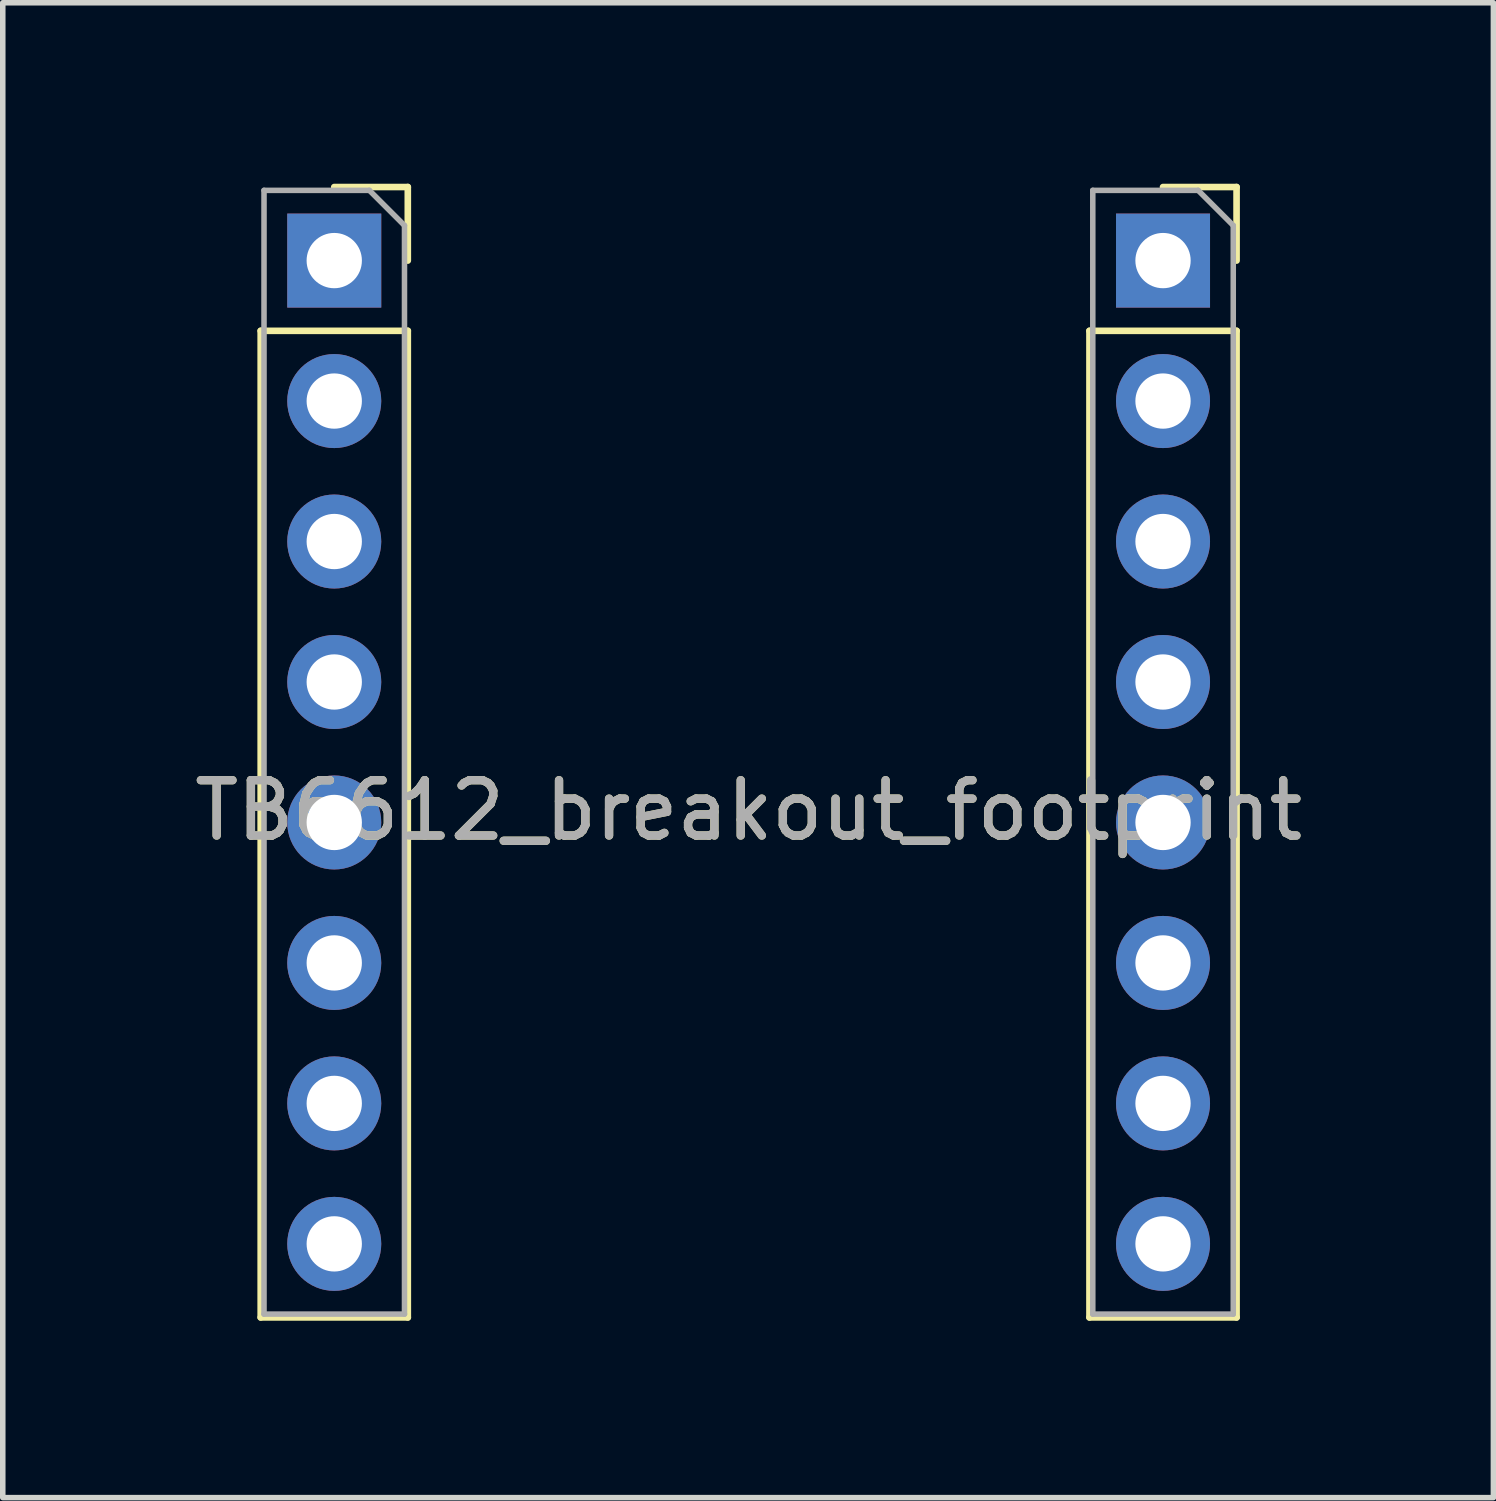
<source format=kicad_pcb>
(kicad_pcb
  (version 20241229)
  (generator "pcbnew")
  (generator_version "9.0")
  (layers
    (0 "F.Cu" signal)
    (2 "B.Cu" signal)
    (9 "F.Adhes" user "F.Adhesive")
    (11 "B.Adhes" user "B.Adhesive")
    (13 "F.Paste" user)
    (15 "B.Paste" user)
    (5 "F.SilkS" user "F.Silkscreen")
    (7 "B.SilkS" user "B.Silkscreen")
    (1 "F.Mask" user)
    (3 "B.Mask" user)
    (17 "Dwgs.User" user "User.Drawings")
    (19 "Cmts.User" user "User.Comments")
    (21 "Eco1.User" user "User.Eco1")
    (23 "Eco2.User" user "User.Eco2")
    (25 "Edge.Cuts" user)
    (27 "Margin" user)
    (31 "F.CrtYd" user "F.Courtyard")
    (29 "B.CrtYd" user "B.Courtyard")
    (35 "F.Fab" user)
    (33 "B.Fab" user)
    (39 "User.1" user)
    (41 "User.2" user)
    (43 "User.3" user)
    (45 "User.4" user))
  (footprint "TB6612_breakout_footprint"
    (layer "F.Cu")
    (at 10.487 10.603)
    (property "Reference" "TB6612_breakout_footprint" (at 0 1 0) (layer "F.SilkS") (effects (font (size 1 1) (thickness 0.15))))
    (attr smd)
    (fp_line (start -8.823 -7.671) (end -8.823 10.169) (stroke (width 0.12) (type solid)) (layer "F.SilkS"))
    (fp_line (start -8.823 -7.671) (end -6.163 -7.671) (stroke (width 0.12) (type solid)) (layer "F.SilkS"))
    (fp_line (start -8.823 10.169) (end -6.163 10.169) (stroke (width 0.12) (type solid)) (layer "F.SilkS"))
    (fp_line (start -7.493 -10.271) (end -6.163 -10.271) (stroke (width 0.12) (type solid)) (layer "F.SilkS"))
    (fp_line (start -6.163 -10.271) (end -6.163 -8.941) (stroke (width 0.12) (type solid)) (layer "F.SilkS"))
    (fp_line (start -6.163 -7.671) (end -6.163 10.169) (stroke (width 0.12) (type solid)) (layer "F.SilkS"))
    (fp_line (start 6.163 -7.671) (end 6.163 10.169) (stroke (width 0.12) (type solid)) (layer "F.SilkS"))
    (fp_line (start 6.163 -7.671) (end 8.823 -7.671) (stroke (width 0.12) (type solid)) (layer "F.SilkS"))
    (fp_line (start 6.163 10.169) (end 8.823 10.169) (stroke (width 0.12) (type solid)) (layer "F.SilkS"))
    (fp_line (start 7.493 -10.271) (end 8.823 -10.271) (stroke (width 0.12) (type solid)) (layer "F.SilkS"))
    (fp_line (start 8.823 -10.271) (end 8.823 -8.941) (stroke (width 0.12) (type solid)) (layer "F.SilkS"))
    (fp_line (start 8.823 -7.671) (end 8.823 10.169) (stroke (width 0.12) (type solid)) (layer "F.SilkS"))
    (fp_line (start -8.763 -10.211) (end -6.858 -10.211) (stroke (width 0.1) (type solid)) (layer "F.Fab"))
    (fp_line (start -8.763 10.109) (end -8.763 -10.211) (stroke (width 0.1) (type solid)) (layer "F.Fab"))
    (fp_line (start -6.858 -10.211) (end -6.223 -9.576) (stroke (width 0.1) (type solid)) (layer "F.Fab"))
    (fp_line (start -6.223 -9.576) (end -6.223 10.109) (stroke (width 0.1) (type solid)) (layer "F.Fab"))
    (fp_line (start -6.223 10.109) (end -8.763 10.109) (stroke (width 0.1) (type solid)) (layer "F.Fab"))
    (fp_line (start 6.223 -10.211) (end 8.128 -10.211) (stroke (width 0.1) (type solid)) (layer "F.Fab"))
    (fp_line (start 6.223 10.109) (end 6.223 -10.211) (stroke (width 0.1) (type solid)) (layer "F.Fab"))
    (fp_line (start 8.128 -10.211) (end 8.763 -9.576) (stroke (width 0.1) (type solid)) (layer "F.Fab"))
    (fp_line (start 8.763 -9.576) (end 8.763 10.109) (stroke (width 0.1) (type solid)) (layer "F.Fab"))
    (fp_line (start 8.763 10.109) (end 6.223 10.109) (stroke (width 0.1) (type solid)) (layer "F.Fab"))
    (fp_line (start -10.462 -10.578) (end -10.462 10.403) (stroke (width 0.05) (type solid)) (layer "User.1"))
    (fp_line (start -10.462 10.403) (end 10.443 10.403) (stroke (width 0.05) (type solid)) (layer "User.1"))
    (fp_line (start -8.493 -8.012) (end -6.512 -8.012) (stroke (width 0.05) (type solid)) (layer "User.1"))
    (fp_line (start -8.493 -5.472) (end -6.512 -5.472) (stroke (width 0.05) (type solid)) (layer "User.1"))
    (fp_line (start -8.493 -2.932) (end -6.512 -2.932) (stroke (width 0.05) (type solid)) (layer "User.1"))
    (fp_line (start -8.493 -0.392) (end -6.512 -0.392) (stroke (width 0.05) (type solid)) (layer "User.1"))
    (fp_line (start -8.493 2.148) (end -6.512 2.148) (stroke (width 0.05) (type solid)) (layer "User.1"))
    (fp_line (start -8.493 4.688) (end -6.512 4.688) (stroke (width 0.05) (type solid)) (layer "User.1"))
    (fp_line (start -8.493 7.228) (end -6.512 7.228) (stroke (width 0.05) (type solid)) (layer "User.1"))
    (fp_line (start -8.493 9.768) (end -6.512 9.768) (stroke (width 0.05) (type solid)) (layer "User.1"))
    (fp_line (start -6.512 -9.841) (end -8.493 -9.841) (stroke (width 0.05) (type solid)) (layer "User.1"))
    (fp_line (start -6.512 -7.301) (end -8.493 -7.301) (stroke (width 0.05) (type solid)) (layer "User.1"))
    (fp_line (start -6.512 -4.761) (end -8.493 -4.761) (stroke (width 0.05) (type solid)) (layer "User.1"))
    (fp_line (start -6.512 -2.221) (end -8.493 -2.221) (stroke (width 0.05) (type solid)) (layer "User.1"))
    (fp_line (start -6.512 0.319) (end -8.493 0.319) (stroke (width 0.05) (type solid)) (layer "User.1"))
    (fp_line (start -6.512 2.859) (end -8.493 2.859) (stroke (width 0.05) (type solid)) (layer "User.1"))
    (fp_line (start -6.512 5.399) (end -8.493 5.399) (stroke (width 0.05) (type solid)) (layer "User.1"))
    (fp_line (start -6.512 7.939) (end -8.493 7.939) (stroke (width 0.05) (type solid)) (layer "User.1"))
    (fp_line (start -4.714 -2.526) (end -4.714 -2.221) (stroke (width 0.05) (type solid)) (layer "User.1"))
    (fp_line (start -4.714 -1.865) (end -4.714 -1.561) (stroke (width 0.05) (type solid)) (layer "User.1"))
    (fp_line (start -4.714 -1.205) (end -4.714 -0.9) (stroke (width 0.05) (type solid)) (layer "User.1"))
    (fp_line (start -4.714 -0.545) (end -4.714 -0.24) (stroke (width 0.05) (type solid)) (layer "User.1"))
    (fp_line (start -4.714 0.116) (end -4.714 0.421) (stroke (width 0.05) (type solid)) (layer "User.1"))
    (fp_line (start -4.714 0.776) (end -4.714 1.081) (stroke (width 0.05) (type solid)) (layer "User.1"))
    (fp_line (start -4.714 1.437) (end -4.714 1.741) (stroke (width 0.05) (type solid)) (layer "User.1"))
    (fp_line (start -4.714 2.097) (end -4.714 2.402) (stroke (width 0.05) (type solid)) (layer "User.1"))
    (fp_line (start -4.714 2.757) (end -4.714 3.062) (stroke (width 0.05) (type solid)) (layer "User.1"))
    (fp_line (start -4.714 3.418) (end -4.714 3.723) (stroke (width 0.05) (type solid)) (layer "User.1"))
    (fp_line (start -4.714 4.078) (end -4.714 4.383) (stroke (width 0.05) (type solid)) (layer "User.1"))
    (fp_line (start -4.714 4.739) (end -4.714 5.043) (stroke (width 0.05) (type solid)) (layer "User.1"))
    (fp_line (start -3.952 -2.526) (end -4.714 -2.526) (stroke (width 0.05) (type solid)) (layer "User.1"))
    (fp_line (start -3.952 -2.526) (end -3.952 -2.221) (stroke (width 0.05) (type solid)) (layer "User.1"))
    (fp_line (start -3.952 -2.221) (end -4.714 -2.221) (stroke (width 0.05) (type solid)) (layer "User.1"))
    (fp_line (start -3.952 -1.865) (end -4.714 -1.865) (stroke (width 0.05) (type solid)) (layer "User.1"))
    (fp_line (start -3.952 -1.865) (end -3.952 -1.561) (stroke (width 0.05) (type solid)) (layer "User.1"))
    (fp_line (start -3.952 -1.561) (end -4.714 -1.561) (stroke (width 0.05) (type solid)) (layer "User.1"))
    (fp_line (start -3.952 -1.205) (end -4.714 -1.205) (stroke (width 0.05) (type solid)) (layer "User.1"))
    (fp_line (start -3.952 -1.205) (end -3.952 -0.9) (stroke (width 0.05) (type solid)) (layer "User.1"))
    (fp_line (start -3.952 -0.9) (end -4.714 -0.9) (stroke (width 0.05) (type solid)) (layer "User.1"))
    (fp_line (start -3.952 -0.545) (end -4.714 -0.545) (stroke (width 0.05) (type solid)) (layer "User.1"))
    (fp_line (start -3.952 -0.545) (end -3.952 -0.24) (stroke (width 0.05) (type solid)) (layer "User.1"))
    (fp_line (start -3.952 -0.24) (end -4.714 -0.24) (stroke (width 0.05) (type solid)) (layer "User.1"))
    (fp_line (start -3.952 0.116) (end -4.714 0.116) (stroke (width 0.05) (type solid)) (layer "User.1"))
    (fp_line (start -3.952 0.116) (end -3.952 0.421) (stroke (width 0.05) (type solid)) (layer "User.1"))
    (fp_line (start -3.952 0.421) (end -4.714 0.421) (stroke (width 0.05) (type solid)) (layer "User.1"))
    (fp_line (start -3.952 0.776) (end -4.714 0.776) (stroke (width 0.05) (type solid)) (layer "User.1"))
    (fp_line (start -3.952 0.776) (end -3.952 1.081) (stroke (width 0.05) (type solid)) (layer "User.1"))
    (fp_line (start -3.952 1.081) (end -4.714 1.081) (stroke (width 0.05) (type solid)) (layer "User.1"))
    (fp_line (start -3.952 1.437) (end -4.714 1.437) (stroke (width 0.05) (type solid)) (layer "User.1"))
    (fp_line (start -3.952 1.437) (end -3.952 1.741) (stroke (width 0.05) (type solid)) (layer "User.1"))
    (fp_line (start -3.952 1.741) (end -4.714 1.741) (stroke (width 0.05) (type solid)) (layer "User.1"))
    (fp_line (start -3.952 2.097) (end -4.714 2.097) (stroke (width 0.05) (type solid)) (layer "User.1"))
    (fp_line (start -3.952 2.097) (end -3.952 2.402) (stroke (width 0.05) (type solid)) (layer "User.1"))
    (fp_line (start -3.952 2.402) (end -4.714 2.402) (stroke (width 0.05) (type solid)) (layer "User.1"))
    (fp_line (start -3.952 2.757) (end -4.714 2.757) (stroke (width 0.05) (type solid)) (layer "User.1"))
    (fp_line (start -3.952 2.757) (end -3.952 3.062) (stroke (width 0.05) (type solid)) (layer "User.1"))
    (fp_line (start -3.952 3.062) (end -4.714 3.062) (stroke (width 0.05) (type solid)) (layer "User.1"))
    (fp_line (start -3.952 3.418) (end -4.714 3.418) (stroke (width 0.05) (type solid)) (layer "User.1"))
    (fp_line (start -3.952 3.418) (end -3.952 3.723) (stroke (width 0.05) (type solid)) (layer "User.1"))
    (fp_line (start -3.952 3.723) (end -4.714 3.723) (stroke (width 0.05) (type solid)) (layer "User.1"))
    (fp_line (start -3.952 4.078) (end -4.714 4.078) (stroke (width 0.05) (type solid)) (layer "User.1"))
    (fp_line (start -3.952 4.078) (end -3.952 4.383) (stroke (width 0.05) (type solid)) (layer "User.1"))
    (fp_line (start -3.952 4.383) (end -4.714 4.383) (stroke (width 0.05) (type solid)) (layer "User.1"))
    (fp_line (start -3.952 4.739) (end -4.714 4.739) (stroke (width 0.05) (type solid)) (layer "User.1"))
    (fp_line (start -3.952 4.739) (end -3.952 5.043) (stroke (width 0.05) (type solid)) (layer "User.1"))
    (fp_line (start -3.952 5.043) (end -4.714 5.043) (stroke (width 0.05) (type solid)) (layer "User.1"))
    (fp_line (start -3.75 -2.526) (end -3.75 -2.221) (stroke (width 0.05) (type solid)) (layer "User.1"))
    (fp_line (start -3.75 -1.865) (end -3.75 -1.561) (stroke (width 0.05) (type solid)) (layer "User.1"))
    (fp_line (start -3.75 -1.205) (end -3.75 -0.9) (stroke (width 0.05) (type solid)) (layer "User.1"))
    (fp_line (start -3.75 -0.545) (end -3.75 -0.24) (stroke (width 0.05) (type solid)) (layer "User.1"))
    (fp_line (start -3.75 0.116) (end -3.75 0.421) (stroke (width 0.05) (type solid)) (layer "User.1"))
    (fp_line (start -3.75 0.776) (end -3.75 1.081) (stroke (width 0.05) (type solid)) (layer "User.1"))
    (fp_line (start -3.75 1.437) (end -3.75 1.741) (stroke (width 0.05) (type solid)) (layer "User.1"))
    (fp_line (start -3.75 2.097) (end -3.75 2.402) (stroke (width 0.05) (type solid)) (layer "User.1"))
    (fp_line (start -3.75 2.757) (end -3.75 3.062) (stroke (width 0.05) (type solid)) (layer "User.1"))
    (fp_line (start -3.75 3.418) (end -3.75 3.723) (stroke (width 0.05) (type solid)) (layer "User.1"))
    (fp_line (start -3.75 4.078) (end -3.75 4.383) (stroke (width 0.05) (type solid)) (layer "User.1"))
    (fp_line (start -3.75 4.739) (end -3.75 5.043) (stroke (width 0.05) (type solid)) (layer "User.1"))
    (fp_line (start -3.26 -2.526) (end -3.75 -2.526) (stroke (width 0.05) (type solid)) (layer "User.1"))
    (fp_line (start -3.26 -2.526) (end -3.26 -2.221) (stroke (width 0.05) (type solid)) (layer "User.1"))
    (fp_line (start -3.26 -2.221) (end -3.75 -2.221) (stroke (width 0.05) (type solid)) (layer "User.1"))
    (fp_line (start -3.26 -1.865) (end -3.75 -1.865) (stroke (width 0.05) (type solid)) (layer "User.1"))
    (fp_line (start -3.26 -1.865) (end -3.26 -1.561) (stroke (width 0.05) (type solid)) (layer "User.1"))
    (fp_line (start -3.26 -1.561) (end -3.75 -1.561) (stroke (width 0.05) (type solid)) (layer "User.1"))
    (fp_line (start -3.26 -1.205) (end -3.75 -1.205) (stroke (width 0.05) (type solid)) (layer "User.1"))
    (fp_line (start -3.26 -1.205) (end -3.26 -0.9) (stroke (width 0.05) (type solid)) (layer "User.1"))
    (fp_line (start -3.26 -0.9) (end -3.75 -0.9) (stroke (width 0.05) (type solid)) (layer "User.1"))
    (fp_line (start -3.26 -0.545) (end -3.75 -0.545) (stroke (width 0.05) (type solid)) (layer "User.1"))
    (fp_line (start -3.26 -0.545) (end -3.26 -0.24) (stroke (width 0.05) (type solid)) (layer "User.1"))
    (fp_line (start -3.26 -0.24) (end -3.75 -0.24) (stroke (width 0.05) (type solid)) (layer "User.1"))
    (fp_line (start -3.26 0.116) (end -3.75 0.116) (stroke (width 0.05) (type solid)) (layer "User.1"))
    (fp_line (start -3.26 0.116) (end -3.26 0.421) (stroke (width 0.05) (type solid)) (layer "User.1"))
    (fp_line (start -3.26 0.421) (end -3.75 0.421) (stroke (width 0.05) (type solid)) (layer "User.1"))
    (fp_line (start -3.26 0.776) (end -3.75 0.776) (stroke (width 0.05) (type solid)) (layer "User.1"))
    (fp_line (start -3.26 0.776) (end -3.26 1.081) (stroke (width 0.05) (type solid)) (layer "User.1"))
    (fp_line (start -3.26 1.081) (end -3.75 1.081) (stroke (width 0.05) (type solid)) (layer "User.1"))
    (fp_line (start -3.26 1.437) (end -3.75 1.437) (stroke (width 0.05) (type solid)) (layer "User.1"))
    (fp_line (start -3.26 1.437) (end -3.26 1.741) (stroke (width 0.05) (type solid)) (layer "User.1"))
    (fp_line (start -3.26 1.741) (end -3.75 1.741) (stroke (width 0.05) (type solid)) (layer "User.1"))
    (fp_line (start -3.26 2.097) (end -3.75 2.097) (stroke (width 0.05) (type solid)) (layer "User.1"))
    (fp_line (start -3.26 2.097) (end -3.26 2.402) (stroke (width 0.05) (type solid)) (layer "User.1"))
    (fp_line (start -3.26 2.402) (end -3.75 2.402) (stroke (width 0.05) (type solid)) (layer "User.1"))
    (fp_line (start -3.26 2.757) (end -3.75 2.757) (stroke (width 0.05) (type solid)) (layer "User.1"))
    (fp_line (start -3.26 2.757) (end -3.26 3.062) (stroke (width 0.05) (type solid)) (layer "User.1"))
    (fp_line (start -3.26 3.062) (end -3.75 3.062) (stroke (width 0.05) (type solid)) (layer "User.1"))
    (fp_line (start -3.26 3.418) (end -3.75 3.418) (stroke (width 0.05) (type solid)) (layer "User.1"))
    (fp_line (start -3.26 3.418) (end -3.26 3.723) (stroke (width 0.05) (type solid)) (layer "User.1"))
    (fp_line (start -3.26 3.723) (end -3.75 3.723) (stroke (width 0.05) (type solid)) (layer "User.1"))
    (fp_line (start -3.26 4.078) (end -3.75 4.078) (stroke (width 0.05) (type solid)) (layer "User.1"))
    (fp_line (start -3.26 4.078) (end -3.26 4.383) (stroke (width 0.05) (type solid)) (layer "User.1"))
    (fp_line (start -3.26 4.383) (end -3.75 4.383) (stroke (width 0.05) (type solid)) (layer "User.1"))
    (fp_line (start -3.26 4.739) (end -3.75 4.739) (stroke (width 0.05) (type solid)) (layer "User.1"))
    (fp_line (start -3.26 4.739) (end -3.26 5.043) (stroke (width 0.05) (type solid)) (layer "User.1"))
    (fp_line (start -3.26 5.043) (end -3.75 5.043) (stroke (width 0.05) (type solid)) (layer "User.1"))
    (fp_line (start -3.057 -2.526) (end -3.057 -2.221) (stroke (width 0.05) (type solid)) (layer "User.1"))
    (fp_line (start -3.057 -1.865) (end -3.057 -1.561) (stroke (width 0.05) (type solid)) (layer "User.1"))
    (fp_line (start -3.057 -1.205) (end -3.057 -0.9) (stroke (width 0.05) (type solid)) (layer "User.1"))
    (fp_line (start -3.057 -0.545) (end -3.057 -0.24) (stroke (width 0.05) (type solid)) (layer "User.1"))
    (fp_line (start -3.057 0.116) (end -3.057 0.421) (stroke (width 0.05) (type solid)) (layer "User.1"))
    (fp_line (start -3.057 0.776) (end -3.057 1.081) (stroke (width 0.05) (type solid)) (layer "User.1"))
    (fp_line (start -3.057 1.437) (end -3.057 1.741) (stroke (width 0.05) (type solid)) (layer "User.1"))
    (fp_line (start -3.057 2.097) (end -3.057 2.402) (stroke (width 0.05) (type solid)) (layer "User.1"))
    (fp_line (start -3.057 2.757) (end -3.057 3.062) (stroke (width 0.05) (type solid)) (layer "User.1"))
    (fp_line (start -3.057 3.418) (end -3.057 3.723) (stroke (width 0.05) (type solid)) (layer "User.1"))
    (fp_line (start -3.057 4.078) (end -3.057 4.383) (stroke (width 0.05) (type solid)) (layer "User.1"))
    (fp_line (start -3.057 4.739) (end -3.057 5.043) (stroke (width 0.05) (type solid)) (layer "User.1"))
    (fp_line (start -2.911 6.575) (end -2.252 6.575) (stroke (width 0.05) (type solid)) (layer "User.1"))
    (fp_line (start -2.911 6.694) (end -2.911 6.575) (stroke (width 0.05) (type solid)) (layer "User.1"))
    (fp_line (start -2.803 -2.704) (end -2.803 5.043) (stroke (width 0.05) (type solid)) (layer "User.1"))
    (fp_line (start -2.803 -2.526) (end -3.057 -2.526) (stroke (width 0.05) (type solid)) (layer "User.1"))
    (fp_line (start -2.803 -2.221) (end -3.057 -2.221) (stroke (width 0.05) (type solid)) (layer "User.1"))
    (fp_line (start -2.803 -1.865) (end -3.057 -1.865) (stroke (width 0.05) (type solid)) (layer "User.1"))
    (fp_line (start -2.803 -1.561) (end -3.057 -1.561) (stroke (width 0.05) (type solid)) (layer "User.1"))
    (fp_line (start -2.803 -1.205) (end -3.057 -1.205) (stroke (width 0.05) (type solid)) (layer "User.1"))
    (fp_line (start -2.803 -0.9) (end -3.057 -0.9) (stroke (width 0.05) (type solid)) (layer "User.1"))
    (fp_line (start -2.803 -0.545) (end -3.057 -0.545) (stroke (width 0.05) (type solid)) (layer "User.1"))
    (fp_line (start -2.803 -0.24) (end -3.057 -0.24) (stroke (width 0.05) (type solid)) (layer "User.1"))
    (fp_line (start -2.803 0.116) (end -3.057 0.116) (stroke (width 0.05) (type solid)) (layer "User.1"))
    (fp_line (start -2.803 0.421) (end -3.057 0.421) (stroke (width 0.05) (type solid)) (layer "User.1"))
    (fp_line (start -2.803 0.776) (end -3.057 0.776) (stroke (width 0.05) (type solid)) (layer "User.1"))
    (fp_line (start -2.803 1.081) (end -3.057 1.081) (stroke (width 0.05) (type solid)) (layer "User.1"))
    (fp_line (start -2.803 1.437) (end -3.057 1.437) (stroke (width 0.05) (type solid)) (layer "User.1"))
    (fp_line (start -2.803 1.741) (end -3.057 1.741) (stroke (width 0.05) (type solid)) (layer "User.1"))
    (fp_line (start -2.803 2.097) (end -3.057 2.097) (stroke (width 0.05) (type solid)) (layer "User.1"))
    (fp_line (start -2.803 2.402) (end -3.057 2.402) (stroke (width 0.05) (type solid)) (layer "User.1"))
    (fp_line (start -2.803 2.757) (end -3.057 2.757) (stroke (width 0.05) (type solid)) (layer "User.1"))
    (fp_line (start -2.803 3.062) (end -3.057 3.062) (stroke (width 0.05) (type solid)) (layer "User.1"))
    (fp_line (start -2.803 3.418) (end -3.057 3.418) (stroke (width 0.05) (type solid)) (layer "User.1"))
    (fp_line (start -2.803 3.723) (end -3.057 3.723) (stroke (width 0.05) (type solid)) (layer "User.1"))
    (fp_line (start -2.803 4.078) (end -3.057 4.078) (stroke (width 0.05) (type solid)) (layer "User.1"))
    (fp_line (start -2.803 4.383) (end -3.057 4.383) (stroke (width 0.05) (type solid)) (layer "User.1"))
    (fp_line (start -2.803 4.739) (end -3.057 4.739) (stroke (width 0.05) (type solid)) (layer "User.1"))
    (fp_line (start -2.803 5.043) (end -3.057 5.043) (stroke (width 0.05) (type solid)) (layer "User.1"))
    (fp_line (start -2.803 5.043) (end 2.785 5.043) (stroke (width 0.05) (type solid)) (layer "User.1"))
    (fp_line (start -2.634 6.694) (end -2.911 6.694) (stroke (width 0.05) (type solid)) (layer "User.1"))
    (fp_line (start -2.634 7.591) (end -2.634 6.694) (stroke (width 0.05) (type solid)) (layer "User.1"))
    (fp_line (start -2.563 -8.012) (end -2.563 -5.015) (stroke (width 0.05) (type solid)) (layer "User.1"))
    (fp_line (start -2.563 -5.015) (end -2.16 -4.612) (stroke (width 0.05) (type solid)) (layer "User.1"))
    (fp_line (start -2.529 6.694) (end -2.529 7.591) (stroke (width 0.05) (type solid)) (layer "User.1"))
    (fp_line (start -2.529 7.591) (end -2.634 7.591) (stroke (width 0.05) (type solid)) (layer "User.1"))
    (fp_line (start -2.516 8.505) (end -2.2 8.505) (stroke (width 0.05) (type solid)) (layer "User.1"))
    (fp_line (start -2.516 9.521) (end -2.516 8.505) (stroke (width 0.05) (type solid)) (layer "User.1"))
    (fp_line (start -2.41 8.624) (end -2.41 8.927) (stroke (width 0.05) (type solid)) (layer "User.1"))
    (fp_line (start -2.41 8.927) (end -2.224 8.927) (stroke (width 0.05) (type solid)) (layer "User.1"))
    (fp_line (start -2.41 9.046) (end -2.41 9.402) (stroke (width 0.05) (type solid)) (layer "User.1"))
    (fp_line (start -2.41 9.402) (end -2.2 9.402) (stroke (width 0.05) (type solid)) (layer "User.1"))
    (fp_line (start -2.309 -7.907) (end -2.055 -8.161) (stroke (width 0.05) (type solid)) (layer "User.1"))
    (fp_line (start -2.309 -5.12) (end -2.309 -7.907) (stroke (width 0.05) (type solid)) (layer "User.1"))
    (fp_line (start -2.308 -3.466) (end -2.308 -4.329) (stroke (width 0.05) (type solid)) (layer "User.1"))
    (fp_line (start -2.252 6.575) (end -2.252 6.694) (stroke (width 0.05) (type solid)) (layer "User.1"))
    (fp_line (start -2.252 6.694) (end -2.529 6.694) (stroke (width 0.05) (type solid)) (layer "User.1"))
    (fp_line (start -2.237 8.624) (end -2.41 8.624) (stroke (width 0.05) (type solid)) (layer "User.1"))
    (fp_line (start -2.215 9.046) (end -2.41 9.046) (stroke (width 0.05) (type solid)) (layer "User.1"))
    (fp_line (start -2.203 9.521) (end -2.516 9.521) (stroke (width 0.05) (type solid)) (layer "User.1"))
    (fp_line (start -2.194 -3.085) (end -2.194 -2.704) (stroke (width 0.05) (type solid)) (layer "User.1"))
    (fp_line (start -2.194 5.043) (end -2.194 5.424) (stroke (width 0.05) (type solid)) (layer "User.1"))
    (fp_line (start -2.194 5.424) (end 2.175 5.424) (stroke (width 0.05) (type solid)) (layer "User.1"))
    (fp_line (start -2.16 -8.415) (end -2.563 -8.012) (stroke (width 0.05) (type solid)) (layer "User.1"))
    (fp_line (start -2.16 -4.612) (end -0.552 -4.612) (stroke (width 0.05) (type solid)) (layer "User.1"))
    (fp_line (start -2.133 6.575) (end -1.818 6.575) (stroke (width 0.05) (type solid)) (layer "User.1"))
    (fp_line (start -2.133 7.591) (end -2.133 6.575) (stroke (width 0.05) (type solid)) (layer "User.1"))
    (fp_line (start -2.118 -4.329) (end -2.118 -3.466) (stroke (width 0.05) (type solid)) (layer "User.1"))
    (fp_line (start -2.118 -3.466) (end -2.041 -3.466) (stroke (width 0.05) (type solid)) (layer "User.1"))
    (fp_line (start -2.092 -5.117) (end -2.092 -7.911) (stroke (width 0.05) (type solid)) (layer "User.1"))
    (fp_line (start -2.055 -8.161) (end -0.552 -8.161) (stroke (width 0.05) (type solid)) (layer "User.1"))
    (fp_line (start -2.055 -4.866) (end -2.309 -5.12) (stroke (width 0.05) (type solid)) (layer "User.1"))
    (fp_line (start -2.041 -4.329) (end -2.118 -4.329) (stroke (width 0.05) (type solid)) (layer "User.1"))
    (fp_line (start -2.041 -3.466) (end -2.041 -4.329) (stroke (width 0.05) (type solid)) (layer "User.1"))
    (fp_line (start -2.041 -3.466) (end -0.771 -3.466) (stroke (width 0.05) (type solid)) (layer "User.1"))
    (fp_line (start -2.027 6.694) (end -2.027 6.998) (stroke (width 0.05) (type solid)) (layer "User.1"))
    (fp_line (start -2.027 6.998) (end -1.841 6.998) (stroke (width 0.05) (type solid)) (layer "User.1"))
    (fp_line (start -2.027 7.116) (end -2.027 7.473) (stroke (width 0.05) (type solid)) (layer "User.1"))
    (fp_line (start -2.027 7.473) (end -1.818 7.473) (stroke (width 0.05) (type solid)) (layer "User.1"))
    (fp_line (start -1.94 -2.831) (end -1.94 -2.704) (stroke (width 0.05) (type solid)) (layer "User.1"))
    (fp_line (start -1.94 5.043) (end -1.94 5.17) (stroke (width 0.05) (type solid)) (layer "User.1"))
    (fp_line (start -1.94 5.17) (end 1.921 5.17) (stroke (width 0.05) (type solid)) (layer "User.1"))
    (fp_line (start -1.855 6.694) (end -2.027 6.694) (stroke (width 0.05) (type solid)) (layer "User.1"))
    (fp_line (start -1.833 7.116) (end -2.027 7.116) (stroke (width 0.05) (type solid)) (layer "User.1"))
    (fp_line (start -1.82 7.591) (end -2.133 7.591) (stroke (width 0.05) (type solid)) (layer "User.1"))
    (fp_line (start -1.787 -7.911) (end -1.787 -5.117) (stroke (width 0.05) (type solid)) (layer "User.1"))
    (fp_line (start -1.787 -5.117) (end -1.705 -5.117) (stroke (width 0.05) (type solid)) (layer "User.1"))
    (fp_line (start -1.75 8.782) (end -1.645 8.782) (stroke (width 0.05) (type solid)) (layer "User.1"))
    (fp_line (start -1.75 9.521) (end -1.75 8.782) (stroke (width 0.05) (type solid)) (layer "User.1"))
    (fp_line (start -1.705 -7.911) (end -1.787 -7.911) (stroke (width 0.05) (type solid)) (layer "User.1"))
    (fp_line (start -1.705 -7.911) (end -1.705 -5.117) (stroke (width 0.05) (type solid)) (layer "User.1"))
    (fp_line (start -1.705 -5.117) (end -0.689 -5.117) (stroke (width 0.05) (type solid)) (layer "User.1"))
    (fp_line (start -1.645 8.782) (end -1.645 8.9) (stroke (width 0.05) (type solid)) (layer "User.1"))
    (fp_line (start -1.645 9.138) (end -1.645 9.521) (stroke (width 0.05) (type solid)) (layer "User.1"))
    (fp_line (start -1.645 9.521) (end -1.75 9.521) (stroke (width 0.05) (type solid)) (layer "User.1"))
    (fp_line (start -1.42 8.809) (end -1.46 8.914) (stroke (width 0.05) (type solid)) (layer "User.1"))
    (fp_line (start -1.295 9.073) (end -0.945 9.073) (stroke (width 0.05) (type solid)) (layer "User.1"))
    (fp_line (start -0.959 9.284) (end -0.853 9.297) (stroke (width 0.05) (type solid)) (layer "User.1"))
    (fp_line (start -0.866 6.813) (end -0.972 6.826) (stroke (width 0.05) (type solid)) (layer "User.1"))
    (fp_line (start -0.84 9.178) (end -1.302 9.178) (stroke (width 0.05) (type solid)) (layer "User.1"))
    (fp_line (start -0.839 9.146) (end -0.84 9.178) (stroke (width 0.05) (type solid)) (layer "User.1"))
    (fp_line (start -0.771 -4.329) (end -2.041 -4.329) (stroke (width 0.05) (type solid)) (layer "User.1"))
    (fp_line (start -0.771 -4.329) (end -0.771 -3.466) (stroke (width 0.05) (type solid)) (layer "User.1"))
    (fp_line (start -0.771 -3.466) (end -0.695 -3.466) (stroke (width 0.05) (type solid)) (layer "User.1"))
    (fp_line (start -0.695 -4.329) (end -0.771 -4.329) (stroke (width 0.05) (type solid)) (layer "User.1"))
    (fp_line (start -0.695 -3.466) (end -0.695 -4.329) (stroke (width 0.05) (type solid)) (layer "User.1"))
    (fp_line (start -0.689 -7.911) (end -1.705 -7.911) (stroke (width 0.05) (type solid)) (layer "User.1"))
    (fp_line (start -0.689 -5.117) (end -0.689 -7.911) (stroke (width 0.05) (type solid)) (layer "User.1"))
    (fp_line (start -0.689 -5.117) (end 1.769 -5.117) (stroke (width 0.05) (type solid)) (layer "User.1"))
    (fp_line (start -0.629 9.007) (end -0.734 8.993) (stroke (width 0.05) (type solid)) (layer "User.1"))
    (fp_line (start -0.552 -8.415) (end -2.16 -8.415) (stroke (width 0.05) (type solid)) (layer "User.1"))
    (fp_line (start -0.552 -8.161) (end -0.552 -8.415) (stroke (width 0.05) (type solid)) (layer "User.1"))
    (fp_line (start -0.552 -4.866) (end -2.055 -4.866) (stroke (width 0.05) (type solid)) (layer "User.1"))
    (fp_line (start -0.552 -4.612) (end -0.552 -4.866) (stroke (width 0.05) (type solid)) (layer "User.1"))
    (fp_line (start -0.505 -4.329) (end -0.505 -3.466) (stroke (width 0.05) (type solid)) (layer "User.1"))
    (fp_line (start -0.312 9.046) (end -0.312 9.016) (stroke (width 0.05) (type solid)) (layer "User.1"))
    (fp_line (start -0.312 9.196) (end -0.312 9.152) (stroke (width 0.05) (type solid)) (layer "User.1"))
    (fp_line (start -0.22 6.813) (end -0.325 6.826) (stroke (width 0.05) (type solid)) (layer "User.1"))
    (fp_line (start -0.206 9.047) (end -0.206 9.213) (stroke (width 0.05) (type solid)) (layer "User.1"))
    (fp_line (start -0.18 9.521) (end -0.286 9.521) (stroke (width 0.05) (type solid)) (layer "User.1"))
    (fp_line (start -0.074 8.505) (end 0.031 8.505) (stroke (width 0.05) (type solid)) (layer "User.1"))
    (fp_line (start -0.074 9.521) (end -0.074 8.505) (stroke (width 0.05) (type solid)) (layer "User.1"))
    (fp_line (start -0.035 6.945) (end -0.035 6.826) (stroke (width 0.05) (type solid)) (layer "User.1"))
    (fp_line (start 0.031 8.505) (end 0.031 9.067) (stroke (width 0.05) (type solid)) (layer "User.1"))
    (fp_line (start 0.031 9.067) (end 0.265 8.782) (stroke (width 0.05) (type solid)) (layer "User.1"))
    (fp_line (start 0.031 9.228) (end 0.031 9.521) (stroke (width 0.05) (type solid)) (layer "User.1"))
    (fp_line (start 0.031 9.521) (end -0.074 9.521) (stroke (width 0.05) (type solid)) (layer "User.1"))
    (fp_line (start 0.101 9.143) (end 0.031 9.228) (stroke (width 0.05) (type solid)) (layer "User.1"))
    (fp_line (start 0.172 9.057) (end 0.42 9.521) (stroke (width 0.05) (type solid)) (layer "User.1"))
    (fp_line (start 0.176 7.591) (end 0.176 6.787) (stroke (width 0.05) (type solid)) (layer "User.1"))
    (fp_line (start 0.213 6.562) (end 0.282 6.562) (stroke (width 0.05) (type solid)) (layer "User.1"))
    (fp_line (start 0.265 8.782) (end 0.398 8.782) (stroke (width 0.05) (type solid)) (layer "User.1"))
    (fp_line (start 0.282 6.562) (end 0.282 7.591) (stroke (width 0.05) (type solid)) (layer "User.1"))
    (fp_line (start 0.282 7.591) (end 0.176 7.591) (stroke (width 0.05) (type solid)) (layer "User.1"))
    (fp_line (start 0.303 9.521) (end 0.101 9.143) (stroke (width 0.05) (type solid)) (layer "User.1"))
    (fp_line (start 0.398 8.782) (end 0.172 9.057) (stroke (width 0.05) (type solid)) (layer "User.1"))
    (fp_line (start 0.42 9.521) (end 0.303 9.521) (stroke (width 0.05) (type solid)) (layer "User.1"))
    (fp_line (start 0.486 -3.466) (end 0.486 -4.329) (stroke (width 0.05) (type solid)) (layer "User.1"))
    (fp_line (start 0.664 6.879) (end 0.559 6.866) (stroke (width 0.05) (type solid)) (layer "User.1"))
    (fp_line (start 0.676 -4.329) (end 0.676 -3.466) (stroke (width 0.05) (type solid)) (layer "User.1"))
    (fp_line (start 0.676 -3.466) (end 0.753 -3.466) (stroke (width 0.05) (type solid)) (layer "User.1"))
    (fp_line (start 0.691 7.473) (end 1.087 7.473) (stroke (width 0.05) (type solid)) (layer "User.1"))
    (fp_line (start 0.729 -8.415) (end 0.729 -8.161) (stroke (width 0.05) (type solid)) (layer "User.1"))
    (fp_line (start 0.729 -8.161) (end 2.29 -8.161) (stroke (width 0.05) (type solid)) (layer "User.1"))
    (fp_line (start 0.729 -4.866) (end 0.729 -4.612) (stroke (width 0.05) (type solid)) (layer "User.1"))
    (fp_line (start 0.729 -4.612) (end 2.544 -4.612) (stroke (width 0.05) (type solid)) (layer "User.1"))
    (fp_line (start 0.753 -4.329) (end 0.676 -4.329) (stroke (width 0.05) (type solid)) (layer "User.1"))
    (fp_line (start 0.753 -3.466) (end 0.753 -4.329) (stroke (width 0.05) (type solid)) (layer "User.1"))
    (fp_line (start 0.753 -3.466) (end 2.023 -3.466) (stroke (width 0.05) (type solid)) (layer "User.1"))
    (fp_line (start 1.087 7.473) (end 1.087 7.591) (stroke (width 0.05) (type solid)) (layer "User.1"))
    (fp_line (start 1.087 7.591) (end 0.546 7.591) (stroke (width 0.05) (type solid)) (layer "User.1"))
    (fp_line (start 1.153 8.782) (end 1.258 8.782) (stroke (width 0.05) (type solid)) (layer "User.1"))
    (fp_line (start 1.153 9.238) (end 1.153 8.782) (stroke (width 0.05) (type solid)) (layer "User.1"))
    (fp_line (start 1.232 6.575) (end 1.799 6.575) (stroke (width 0.05) (type solid)) (layer "User.1"))
    (fp_line (start 1.232 7.591) (end 1.232 6.575) (stroke (width 0.05) (type solid)) (layer "User.1"))
    (fp_line (start 1.258 8.782) (end 1.258 9.191) (stroke (width 0.05) (type solid)) (layer "User.1"))
    (fp_line (start 1.337 6.694) (end 1.337 7.011) (stroke (width 0.05) (type solid)) (layer "User.1"))
    (fp_line (start 1.337 7.011) (end 1.733 7.011) (stroke (width 0.05) (type solid)) (layer "User.1"))
    (fp_line (start 1.337 7.13) (end 1.337 7.591) (stroke (width 0.05) (type solid)) (layer "User.1"))
    (fp_line (start 1.337 7.591) (end 1.232 7.591) (stroke (width 0.05) (type solid)) (layer "User.1"))
    (fp_line (start 1.522 8.782) (end 1.641 8.782) (stroke (width 0.05) (type solid)) (layer "User.1"))
    (fp_line (start 1.522 9.178) (end 1.522 8.782) (stroke (width 0.05) (type solid)) (layer "User.1"))
    (fp_line (start 1.535 9.521) (end 1.535 9.412) (stroke (width 0.05) (type solid)) (layer "User.1"))
    (fp_line (start 1.641 8.782) (end 1.641 9.521) (stroke (width 0.05) (type solid)) (layer "User.1"))
    (fp_line (start 1.641 9.521) (end 1.535 9.521) (stroke (width 0.05) (type solid)) (layer "User.1"))
    (fp_line (start 1.733 7.011) (end 1.733 7.13) (stroke (width 0.05) (type solid)) (layer "User.1"))
    (fp_line (start 1.733 7.13) (end 1.337 7.13) (stroke (width 0.05) (type solid)) (layer "User.1"))
    (fp_line (start 1.733 8.782) (end 1.812 8.782) (stroke (width 0.05) (type solid)) (layer "User.1"))
    (fp_line (start 1.733 8.888) (end 1.733 8.782) (stroke (width 0.05) (type solid)) (layer "User.1"))
    (fp_line (start 1.769 -7.911) (end -0.689 -7.911) (stroke (width 0.05) (type solid)) (layer "User.1"))
    (fp_line (start 1.769 -5.117) (end 1.769 -7.911) (stroke (width 0.05) (type solid)) (layer "User.1"))
    (fp_line (start 1.799 6.575) (end 1.799 6.694) (stroke (width 0.05) (type solid)) (layer "User.1"))
    (fp_line (start 1.799 6.694) (end 1.337 6.694) (stroke (width 0.05) (type solid)) (layer "User.1"))
    (fp_line (start 1.812 8.598) (end 1.918 8.518) (stroke (width 0.05) (type solid)) (layer "User.1"))
    (fp_line (start 1.812 8.782) (end 1.812 8.598) (stroke (width 0.05) (type solid)) (layer "User.1"))
    (fp_line (start 1.812 8.888) (end 1.733 8.888) (stroke (width 0.05) (type solid)) (layer "User.1"))
    (fp_line (start 1.812 9.31) (end 1.812 8.888) (stroke (width 0.05) (type solid)) (layer "User.1"))
    (fp_line (start 1.918 8.518) (end 1.918 8.782) (stroke (width 0.05) (type solid)) (layer "User.1"))
    (fp_line (start 1.918 8.782) (end 2.023 8.782) (stroke (width 0.05) (type solid)) (layer "User.1"))
    (fp_line (start 1.918 8.888) (end 1.918 9.325) (stroke (width 0.05) (type solid)) (layer "User.1"))
    (fp_line (start 1.921 -2.831) (end -1.94 -2.831) (stroke (width 0.05) (type solid)) (layer "User.1"))
    (fp_line (start 1.921 -2.704) (end 1.921 -2.831) (stroke (width 0.05) (type solid)) (layer "User.1"))
    (fp_line (start 1.921 5.17) (end 1.921 5.043) (stroke (width 0.05) (type solid)) (layer "User.1"))
    (fp_line (start 1.944 6.575) (end 2.057 6.575) (stroke (width 0.05) (type solid)) (layer "User.1"))
    (fp_line (start 1.944 7.591) (end 1.944 6.575) (stroke (width 0.05) (type solid)) (layer "User.1"))
    (fp_line (start 1.978 9.429) (end 2.023 9.429) (stroke (width 0.05) (type solid)) (layer "User.1"))
    (fp_line (start 2.023 -4.329) (end 0.753 -4.329) (stroke (width 0.05) (type solid)) (layer "User.1"))
    (fp_line (start 2.023 -4.329) (end 2.023 -3.466) (stroke (width 0.05) (type solid)) (layer "User.1"))
    (fp_line (start 2.023 -3.466) (end 2.099 -3.466) (stroke (width 0.05) (type solid)) (layer "User.1"))
    (fp_line (start 2.023 8.782) (end 2.023 8.888) (stroke (width 0.05) (type solid)) (layer "User.1"))
    (fp_line (start 2.023 8.888) (end 1.918 8.888) (stroke (width 0.05) (type solid)) (layer "User.1"))
    (fp_line (start 2.023 9.429) (end 2.037 9.534) (stroke (width 0.05) (type solid)) (layer "User.1"))
    (fp_line (start 2.037 9.534) (end 1.959 9.534) (stroke (width 0.05) (type solid)) (layer "User.1"))
    (fp_line (start 2.05 6.783) (end 2.05 7.591) (stroke (width 0.05) (type solid)) (layer "User.1"))
    (fp_line (start 2.05 7.591) (end 1.944 7.591) (stroke (width 0.05) (type solid)) (layer "User.1"))
    (fp_line (start 2.057 6.575) (end 2.485 7.385) (stroke (width 0.05) (type solid)) (layer "User.1"))
    (fp_line (start 2.073 -7.911) (end 2.073 -5.117) (stroke (width 0.05) (type solid)) (layer "User.1"))
    (fp_line (start 2.099 -4.329) (end 2.023 -4.329) (stroke (width 0.05) (type solid)) (layer "User.1"))
    (fp_line (start 2.099 -3.466) (end 2.099 -4.329) (stroke (width 0.05) (type solid)) (layer "User.1"))
    (fp_line (start 2.175 -3.085) (end -2.194 -3.085) (stroke (width 0.05) (type solid)) (layer "User.1"))
    (fp_line (start 2.175 -2.704) (end 2.175 -3.085) (stroke (width 0.05) (type solid)) (layer "User.1"))
    (fp_line (start 2.175 5.424) (end 2.175 5.043) (stroke (width 0.05) (type solid)) (layer "User.1"))
    (fp_line (start 2.289 -4.329) (end 2.289 -3.466) (stroke (width 0.05) (type solid)) (layer "User.1"))
    (fp_line (start 2.29 -8.161) (end 2.29 -4.866) (stroke (width 0.05) (type solid)) (layer "User.1"))
    (fp_line (start 2.29 -4.866) (end 0.729 -4.866) (stroke (width 0.05) (type solid)) (layer "User.1"))
    (fp_line (start 2.478 7.591) (end 2.05 6.783) (stroke (width 0.05) (type solid)) (layer "User.1"))
    (fp_line (start 2.485 6.575) (end 2.591 6.575) (stroke (width 0.05) (type solid)) (layer "User.1"))
    (fp_line (start 2.485 7.385) (end 2.485 6.575) (stroke (width 0.05) (type solid)) (layer "User.1"))
    (fp_line (start 2.544 -8.415) (end 0.729 -8.415) (stroke (width 0.05) (type solid)) (layer "User.1"))
    (fp_line (start 2.544 -4.612) (end 2.544 -8.415) (stroke (width 0.05) (type solid)) (layer "User.1"))
    (fp_line (start 2.591 6.575) (end 2.591 7.591) (stroke (width 0.05) (type solid)) (layer "User.1"))
    (fp_line (start 2.591 7.591) (end 2.478 7.591) (stroke (width 0.05) (type solid)) (layer "User.1"))
    (fp_line (start 2.785 -2.704) (end -2.803 -2.704) (stroke (width 0.05) (type solid)) (layer "User.1"))
    (fp_line (start 2.785 5.043) (end 2.785 -2.704) (stroke (width 0.05) (type solid)) (layer "User.1"))
    (fp_line (start 3.039 -2.526) (end 2.785 -2.526) (stroke (width 0.05) (type solid)) (layer "User.1"))
    (fp_line (start 3.039 -2.526) (end 3.039 -2.221) (stroke (width 0.05) (type solid)) (layer "User.1"))
    (fp_line (start 3.039 -2.221) (end 2.785 -2.221) (stroke (width 0.05) (type solid)) (layer "User.1"))
    (fp_line (start 3.039 -1.865) (end 2.785 -1.865) (stroke (width 0.05) (type solid)) (layer "User.1"))
    (fp_line (start 3.039 -1.865) (end 3.039 -1.561) (stroke (width 0.05) (type solid)) (layer "User.1"))
    (fp_line (start 3.039 -1.561) (end 2.785 -1.561) (stroke (width 0.05) (type solid)) (layer "User.1"))
    (fp_line (start 3.039 -1.205) (end 2.785 -1.205) (stroke (width 0.05) (type solid)) (layer "User.1"))
    (fp_line (start 3.039 -1.205) (end 3.039 -0.9) (stroke (width 0.05) (type solid)) (layer "User.1"))
    (fp_line (start 3.039 -0.9) (end 2.785 -0.9) (stroke (width 0.05) (type solid)) (layer "User.1"))
    (fp_line (start 3.039 -0.545) (end 2.785 -0.545) (stroke (width 0.05) (type solid)) (layer "User.1"))
    (fp_line (start 3.039 -0.545) (end 3.039 -0.24) (stroke (width 0.05) (type solid)) (layer "User.1"))
    (fp_line (start 3.039 -0.24) (end 2.785 -0.24) (stroke (width 0.05) (type solid)) (layer "User.1"))
    (fp_line (start 3.039 0.116) (end 2.785 0.116) (stroke (width 0.05) (type solid)) (layer "User.1"))
    (fp_line (start 3.039 0.116) (end 3.039 0.421) (stroke (width 0.05) (type solid)) (layer "User.1"))
    (fp_line (start 3.039 0.421) (end 2.785 0.421) (stroke (width 0.05) (type solid)) (layer "User.1"))
    (fp_line (start 3.039 0.776) (end 2.785 0.776) (stroke (width 0.05) (type solid)) (layer "User.1"))
    (fp_line (start 3.039 0.776) (end 3.039 1.081) (stroke (width 0.05) (type solid)) (layer "User.1"))
    (fp_line (start 3.039 1.081) (end 2.785 1.081) (stroke (width 0.05) (type solid)) (layer "User.1"))
    (fp_line (start 3.039 1.437) (end 2.785 1.437) (stroke (width 0.05) (type solid)) (layer "User.1"))
    (fp_line (start 3.039 1.437) (end 3.039 1.741) (stroke (width 0.05) (type solid)) (layer "User.1"))
    (fp_line (start 3.039 1.741) (end 2.785 1.741) (stroke (width 0.05) (type solid)) (layer "User.1"))
    (fp_line (start 3.039 2.097) (end 2.785 2.097) (stroke (width 0.05) (type solid)) (layer "User.1"))
    (fp_line (start 3.039 2.097) (end 3.039 2.402) (stroke (width 0.05) (type solid)) (layer "User.1"))
    (fp_line (start 3.039 2.402) (end 2.785 2.402) (stroke (width 0.05) (type solid)) (layer "User.1"))
    (fp_line (start 3.039 2.757) (end 2.785 2.757) (stroke (width 0.05) (type solid)) (layer "User.1"))
    (fp_line (start 3.039 2.757) (end 3.039 3.062) (stroke (width 0.05) (type solid)) (layer "User.1"))
    (fp_line (start 3.039 3.062) (end 2.785 3.062) (stroke (width 0.05) (type solid)) (layer "User.1"))
    (fp_line (start 3.039 3.418) (end 2.785 3.418) (stroke (width 0.05) (type solid)) (layer "User.1"))
    (fp_line (start 3.039 3.418) (end 3.039 3.723) (stroke (width 0.05) (type solid)) (layer "User.1"))
    (fp_line (start 3.039 3.723) (end 2.785 3.723) (stroke (width 0.05) (type solid)) (layer "User.1"))
    (fp_line (start 3.039 4.078) (end 2.785 4.078) (stroke (width 0.05) (type solid)) (layer "User.1"))
    (fp_line (start 3.039 4.078) (end 3.039 4.383) (stroke (width 0.05) (type solid)) (layer "User.1"))
    (fp_line (start 3.039 4.383) (end 2.785 4.383) (stroke (width 0.05) (type solid)) (layer "User.1"))
    (fp_line (start 3.039 4.739) (end 2.785 4.739) (stroke (width 0.05) (type solid)) (layer "User.1"))
    (fp_line (start 3.039 4.739) (end 3.039 5.043) (stroke (width 0.05) (type solid)) (layer "User.1"))
    (fp_line (start 3.039 5.043) (end 2.785 5.043) (stroke (width 0.05) (type solid)) (layer "User.1"))
    (fp_line (start 3.185 7.077) (end 3.541 7.077) (stroke (width 0.05) (type solid)) (layer "User.1"))
    (fp_line (start 3.185 7.196) (end 3.185 7.077) (stroke (width 0.05) (type solid)) (layer "User.1"))
    (fp_line (start 3.241 -2.526) (end 3.241 -2.221) (stroke (width 0.05) (type solid)) (layer "User.1"))
    (fp_line (start 3.241 -1.865) (end 3.241 -1.561) (stroke (width 0.05) (type solid)) (layer "User.1"))
    (fp_line (start 3.241 -1.205) (end 3.241 -0.9) (stroke (width 0.05) (type solid)) (layer "User.1"))
    (fp_line (start 3.241 -0.545) (end 3.241 -0.24) (stroke (width 0.05) (type solid)) (layer "User.1"))
    (fp_line (start 3.241 0.116) (end 3.241 0.421) (stroke (width 0.05) (type solid)) (layer "User.1"))
    (fp_line (start 3.241 0.776) (end 3.241 1.081) (stroke (width 0.05) (type solid)) (layer "User.1"))
    (fp_line (start 3.241 1.437) (end 3.241 1.741) (stroke (width 0.05) (type solid)) (layer "User.1"))
    (fp_line (start 3.241 2.097) (end 3.241 2.402) (stroke (width 0.05) (type solid)) (layer "User.1"))
    (fp_line (start 3.241 2.757) (end 3.241 3.062) (stroke (width 0.05) (type solid)) (layer "User.1"))
    (fp_line (start 3.241 3.418) (end 3.241 3.723) (stroke (width 0.05) (type solid)) (layer "User.1"))
    (fp_line (start 3.241 4.078) (end 3.241 4.383) (stroke (width 0.05) (type solid)) (layer "User.1"))
    (fp_line (start 3.241 4.739) (end 3.241 5.043) (stroke (width 0.05) (type solid)) (layer "User.1"))
    (fp_line (start 3.435 7.196) (end 3.185 7.196) (stroke (width 0.05) (type solid)) (layer "User.1"))
    (fp_line (start 3.435 7.382) (end 3.435 7.196) (stroke (width 0.05) (type solid)) (layer "User.1"))
    (fp_line (start 3.528 6.866) (end 3.422 6.892) (stroke (width 0.05) (type solid)) (layer "User.1"))
    (fp_line (start 3.541 7.077) (end 3.541 7.449) (stroke (width 0.05) (type solid)) (layer "User.1"))
    (fp_line (start 3.731 -2.526) (end 3.241 -2.526) (stroke (width 0.05) (type solid)) (layer "User.1"))
    (fp_line (start 3.731 -2.526) (end 3.731 -2.221) (stroke (width 0.05) (type solid)) (layer "User.1"))
    (fp_line (start 3.731 -2.221) (end 3.241 -2.221) (stroke (width 0.05) (type solid)) (layer "User.1"))
    (fp_line (start 3.731 -1.865) (end 3.241 -1.865) (stroke (width 0.05) (type solid)) (layer "User.1"))
    (fp_line (start 3.731 -1.865) (end 3.731 -1.561) (stroke (width 0.05) (type solid)) (layer "User.1"))
    (fp_line (start 3.731 -1.561) (end 3.241 -1.561) (stroke (width 0.05) (type solid)) (layer "User.1"))
    (fp_line (start 3.731 -1.205) (end 3.241 -1.205) (stroke (width 0.05) (type solid)) (layer "User.1"))
    (fp_line (start 3.731 -1.205) (end 3.731 -0.9) (stroke (width 0.05) (type solid)) (layer "User.1"))
    (fp_line (start 3.731 -0.9) (end 3.241 -0.9) (stroke (width 0.05) (type solid)) (layer "User.1"))
    (fp_line (start 3.731 -0.545) (end 3.241 -0.545) (stroke (width 0.05) (type solid)) (layer "User.1"))
    (fp_line (start 3.731 -0.545) (end 3.731 -0.24) (stroke (width 0.05) (type solid)) (layer "User.1"))
    (fp_line (start 3.731 -0.24) (end 3.241 -0.24) (stroke (width 0.05) (type solid)) (layer "User.1"))
    (fp_line (start 3.731 0.116) (end 3.241 0.116) (stroke (width 0.05) (type solid)) (layer "User.1"))
    (fp_line (start 3.731 0.116) (end 3.731 0.421) (stroke (width 0.05) (type solid)) (layer "User.1"))
    (fp_line (start 3.731 0.421) (end 3.241 0.421) (stroke (width 0.05) (type solid)) (layer "User.1"))
    (fp_line (start 3.731 0.776) (end 3.241 0.776) (stroke (width 0.05) (type solid)) (layer "User.1"))
    (fp_line (start 3.731 0.776) (end 3.731 1.081) (stroke (width 0.05) (type solid)) (layer "User.1"))
    (fp_line (start 3.731 1.081) (end 3.241 1.081) (stroke (width 0.05) (type solid)) (layer "User.1"))
    (fp_line (start 3.731 1.437) (end 3.241 1.437) (stroke (width 0.05) (type solid)) (layer "User.1"))
    (fp_line (start 3.731 1.437) (end 3.731 1.741) (stroke (width 0.05) (type solid)) (layer "User.1"))
    (fp_line (start 3.731 1.741) (end 3.241 1.741) (stroke (width 0.05) (type solid)) (layer "User.1"))
    (fp_line (start 3.731 2.097) (end 3.241 2.097) (stroke (width 0.05) (type solid)) (layer "User.1"))
    (fp_line (start 3.731 2.097) (end 3.731 2.402) (stroke (width 0.05) (type solid)) (layer "User.1"))
    (fp_line (start 3.731 2.402) (end 3.241 2.402) (stroke (width 0.05) (type solid)) (layer "User.1"))
    (fp_line (start 3.731 2.757) (end 3.241 2.757) (stroke (width 0.05) (type solid)) (layer "User.1"))
    (fp_line (start 3.731 2.757) (end 3.731 3.062) (stroke (width 0.05) (type solid)) (layer "User.1"))
    (fp_line (start 3.731 3.062) (end 3.241 3.062) (stroke (width 0.05) (type solid)) (layer "User.1"))
    (fp_line (start 3.731 3.418) (end 3.241 3.418) (stroke (width 0.05) (type solid)) (layer "User.1"))
    (fp_line (start 3.731 3.418) (end 3.731 3.723) (stroke (width 0.05) (type solid)) (layer "User.1"))
    (fp_line (start 3.731 3.723) (end 3.241 3.723) (stroke (width 0.05) (type solid)) (layer "User.1"))
    (fp_line (start 3.731 4.078) (end 3.241 4.078) (stroke (width 0.05) (type solid)) (layer "User.1"))
    (fp_line (start 3.731 4.078) (end 3.731 4.383) (stroke (width 0.05) (type solid)) (layer "User.1"))
    (fp_line (start 3.731 4.383) (end 3.241 4.383) (stroke (width 0.05) (type solid)) (layer "User.1"))
    (fp_line (start 3.731 4.739) (end 3.241 4.739) (stroke (width 0.05) (type solid)) (layer "User.1"))
    (fp_line (start 3.731 4.739) (end 3.731 5.043) (stroke (width 0.05) (type solid)) (layer "User.1"))
    (fp_line (start 3.731 5.043) (end 3.241 5.043) (stroke (width 0.05) (type solid)) (layer "User.1"))
    (fp_line (start 3.933 -2.526) (end 3.933 -2.221) (stroke (width 0.05) (type solid)) (layer "User.1"))
    (fp_line (start 3.933 -1.865) (end 3.933 -1.561) (stroke (width 0.05) (type solid)) (layer "User.1"))
    (fp_line (start 3.933 -1.205) (end 3.933 -0.9) (stroke (width 0.05) (type solid)) (layer "User.1"))
    (fp_line (start 3.933 -0.545) (end 3.933 -0.24) (stroke (width 0.05) (type solid)) (layer "User.1"))
    (fp_line (start 3.933 0.116) (end 3.933 0.421) (stroke (width 0.05) (type solid)) (layer "User.1"))
    (fp_line (start 3.933 0.776) (end 3.933 1.081) (stroke (width 0.05) (type solid)) (layer "User.1"))
    (fp_line (start 3.933 1.437) (end 3.933 1.741) (stroke (width 0.05) (type solid)) (layer "User.1"))
    (fp_line (start 3.933 2.097) (end 3.933 2.402) (stroke (width 0.05) (type solid)) (layer "User.1"))
    (fp_line (start 3.933 2.757) (end 3.933 3.062) (stroke (width 0.05) (type solid)) (layer "User.1"))
    (fp_line (start 3.933 3.418) (end 3.933 3.723) (stroke (width 0.05) (type solid)) (layer "User.1"))
    (fp_line (start 3.933 4.078) (end 3.933 4.383) (stroke (width 0.05) (type solid)) (layer "User.1"))
    (fp_line (start 3.933 4.739) (end 3.933 5.043) (stroke (width 0.05) (type solid)) (layer "User.1"))
    (fp_line (start 4.695 -2.526) (end 3.933 -2.526) (stroke (width 0.05) (type solid)) (layer "User.1"))
    (fp_line (start 4.695 -2.526) (end 4.695 -2.221) (stroke (width 0.05) (type solid)) (layer "User.1"))
    (fp_line (start 4.695 -2.221) (end 3.933 -2.221) (stroke (width 0.05) (type solid)) (layer "User.1"))
    (fp_line (start 4.695 -1.865) (end 3.933 -1.865) (stroke (width 0.05) (type solid)) (layer "User.1"))
    (fp_line (start 4.695 -1.865) (end 4.695 -1.561) (stroke (width 0.05) (type solid)) (layer "User.1"))
    (fp_line (start 4.695 -1.561) (end 3.933 -1.561) (stroke (width 0.05) (type solid)) (layer "User.1"))
    (fp_line (start 4.695 -1.205) (end 3.933 -1.205) (stroke (width 0.05) (type solid)) (layer "User.1"))
    (fp_line (start 4.695 -1.205) (end 4.695 -0.9) (stroke (width 0.05) (type solid)) (layer "User.1"))
    (fp_line (start 4.695 -0.9) (end 3.933 -0.9) (stroke (width 0.05) (type solid)) (layer "User.1"))
    (fp_line (start 4.695 -0.545) (end 3.933 -0.545) (stroke (width 0.05) (type solid)) (layer "User.1"))
    (fp_line (start 4.695 -0.545) (end 4.695 -0.24) (stroke (width 0.05) (type solid)) (layer "User.1"))
    (fp_line (start 4.695 -0.24) (end 3.933 -0.24) (stroke (width 0.05) (type solid)) (layer "User.1"))
    (fp_line (start 4.695 0.116) (end 3.933 0.116) (stroke (width 0.05) (type solid)) (layer "User.1"))
    (fp_line (start 4.695 0.116) (end 4.695 0.421) (stroke (width 0.05) (type solid)) (layer "User.1"))
    (fp_line (start 4.695 0.421) (end 3.933 0.421) (stroke (width 0.05) (type solid)) (layer "User.1"))
    (fp_line (start 4.695 0.776) (end 3.933 0.776) (stroke (width 0.05) (type solid)) (layer "User.1"))
    (fp_line (start 4.695 0.776) (end 4.695 1.081) (stroke (width 0.05) (type solid)) (layer "User.1"))
    (fp_line (start 4.695 1.081) (end 3.933 1.081) (stroke (width 0.05) (type solid)) (layer "User.1"))
    (fp_line (start 4.695 1.437) (end 3.933 1.437) (stroke (width 0.05) (type solid)) (layer "User.1"))
    (fp_line (start 4.695 1.437) (end 4.695 1.741) (stroke (width 0.05) (type solid)) (layer "User.1"))
    (fp_line (start 4.695 1.741) (end 3.933 1.741) (stroke (width 0.05) (type solid)) (layer "User.1"))
    (fp_line (start 4.695 2.097) (end 3.933 2.097) (stroke (width 0.05) (type solid)) (layer "User.1"))
    (fp_line (start 4.695 2.097) (end 4.695 2.402) (stroke (width 0.05) (type solid)) (layer "User.1"))
    (fp_line (start 4.695 2.402) (end 3.933 2.402) (stroke (width 0.05) (type solid)) (layer "User.1"))
    (fp_line (start 4.695 2.757) (end 3.933 2.757) (stroke (width 0.05) (type solid)) (layer "User.1"))
    (fp_line (start 4.695 2.757) (end 4.695 3.062) (stroke (width 0.05) (type solid)) (layer "User.1"))
    (fp_line (start 4.695 3.062) (end 3.933 3.062) (stroke (width 0.05) (type solid)) (layer "User.1"))
    (fp_line (start 4.695 3.418) (end 3.933 3.418) (stroke (width 0.05) (type solid)) (layer "User.1"))
    (fp_line (start 4.695 3.418) (end 4.695 3.723) (stroke (width 0.05) (type solid)) (layer "User.1"))
    (fp_line (start 4.695 3.723) (end 3.933 3.723) (stroke (width 0.05) (type solid)) (layer "User.1"))
    (fp_line (start 4.695 4.078) (end 3.933 4.078) (stroke (width 0.05) (type solid)) (layer "User.1"))
    (fp_line (start 4.695 4.078) (end 4.695 4.383) (stroke (width 0.05) (type solid)) (layer "User.1"))
    (fp_line (start 4.695 4.383) (end 3.933 4.383) (stroke (width 0.05) (type solid)) (layer "User.1"))
    (fp_line (start 4.695 4.739) (end 3.933 4.739) (stroke (width 0.05) (type solid)) (layer "User.1"))
    (fp_line (start 4.695 4.739) (end 4.695 5.043) (stroke (width 0.05) (type solid)) (layer "User.1"))
    (fp_line (start 4.695 5.043) (end 3.933 5.043) (stroke (width 0.05) (type solid)) (layer "User.1"))
    (fp_line (start 6.493 -8.012) (end 8.474 -8.012) (stroke (width 0.05) (type solid)) (layer "User.1"))
    (fp_line (start 6.493 -5.472) (end 8.474 -5.472) (stroke (width 0.05) (type solid)) (layer "User.1"))
    (fp_line (start 6.493 -2.932) (end 8.474 -2.932) (stroke (width 0.05) (type solid)) (layer "User.1"))
    (fp_line (start 6.493 -0.392) (end 8.474 -0.392) (stroke (width 0.05) (type solid)) (layer "User.1"))
    (fp_line (start 6.493 2.148) (end 8.474 2.148) (stroke (width 0.05) (type solid)) (layer "User.1"))
    (fp_line (start 6.493 4.688) (end 8.474 4.688) (stroke (width 0.05) (type solid)) (layer "User.1"))
    (fp_line (start 6.493 7.228) (end 8.474 7.228) (stroke (width 0.05) (type solid)) (layer "User.1"))
    (fp_line (start 6.493 9.768) (end 8.474 9.768) (stroke (width 0.05) (type solid)) (layer "User.1"))
    (fp_line (start 8.474 -9.841) (end 6.493 -9.841) (stroke (width 0.05) (type solid)) (layer "User.1"))
    (fp_line (start 8.474 -7.301) (end 6.493 -7.301) (stroke (width 0.05) (type solid)) (layer "User.1"))
    (fp_line (start 8.474 -4.761) (end 6.493 -4.761) (stroke (width 0.05) (type solid)) (layer "User.1"))
    (fp_line (start 8.474 -2.221) (end 6.493 -2.221) (stroke (width 0.05) (type solid)) (layer "User.1"))
    (fp_line (start 8.474 0.319) (end 6.493 0.319) (stroke (width 0.05) (type solid)) (layer "User.1"))
    (fp_line (start 8.474 2.859) (end 6.493 2.859) (stroke (width 0.05) (type solid)) (layer "User.1"))
    (fp_line (start 8.474 5.399) (end 6.493 5.399) (stroke (width 0.05) (type solid)) (layer "User.1"))
    (fp_line (start 8.474 7.939) (end 6.493 7.939) (stroke (width 0.05) (type solid)) (layer "User.1"))
    (fp_line (start 10.443 -10.578) (end -10.462 -10.578) (stroke (width 0.05) (type solid)) (layer "User.1"))
    (fp_line (start 10.443 10.403) (end 10.443 -10.578) (stroke (width 0.05) (type solid)) (layer "User.1"))
    (fp_arc (start -9.407479 -8.926529) (mid -9.139657 -9.573107) (end -8.493079 -9.840929) (stroke (width 0.05) (type solid)) (layer "User.1"))
    (fp_arc (start -9.407479 -6.386529) (mid -9.139657 -7.033107) (end -8.493079 -7.300929) (stroke (width 0.05) (type solid)) (layer "User.1"))
    (fp_arc (start -9.407479 -3.846529) (mid -9.139657 -4.493107) (end -8.493079 -4.760929) (stroke (width 0.05) (type solid)) (layer "User.1"))
    (fp_arc (start -9.407479 -1.306529) (mid -9.139657 -1.953107) (end -8.493079 -2.220929) (stroke (width 0.05) (type solid)) (layer "User.1"))
    (fp_arc (start -9.407479 1.233471) (mid -9.139657 0.586893) (end -8.493079 0.319071) (stroke (width 0.05) (type solid)) (layer "User.1"))
    (fp_arc (start -9.407479 3.773471) (mid -9.139657 3.126893) (end -8.493079 2.859071) (stroke (width 0.05) (type solid)) (layer "User.1"))
    (fp_arc (start -9.407479 6.313471) (mid -9.139657 5.666893) (end -8.493079 5.399071) (stroke (width 0.05) (type solid)) (layer "User.1"))
    (fp_arc (start -9.407479 8.853471) (mid -9.139657 8.206893) (end -8.493079 7.939071) (stroke (width 0.05) (type solid)) (layer "User.1"))
    (fp_arc (start -8.493079 -8.012129) (mid -9.139657 -8.279951) (end -9.407479 -8.926529) (stroke (width 0.05) (type solid)) (layer "User.1"))
    (fp_arc (start -8.493079 -5.472129) (mid -9.139657 -5.739951) (end -9.407479 -6.386529) (stroke (width 0.05) (type solid)) (layer "User.1"))
    (fp_arc (start -8.493079 -2.932129) (mid -9.139657 -3.199951) (end -9.407479 -3.846529) (stroke (width 0.05) (type solid)) (layer "User.1"))
    (fp_arc (start -8.493079 -0.392129) (mid -9.139657 -0.659951) (end -9.407479 -1.306529) (stroke (width 0.05) (type solid)) (layer "User.1"))
    (fp_arc (start -8.493079 2.147871) (mid -9.139657 1.880049) (end -9.407479 1.233471) (stroke (width 0.05) (type solid)) (layer "User.1"))
    (fp_arc (start -8.493079 4.687871) (mid -9.139657 4.420049) (end -9.407479 3.773471) (stroke (width 0.05) (type solid)) (layer "User.1"))
    (fp_arc (start -8.493079 7.227871) (mid -9.139657 6.960049) (end -9.407479 6.313471) (stroke (width 0.05) (type solid)) (layer "User.1"))
    (fp_arc (start -8.493079 9.767871) (mid -9.139657 9.500049) (end -9.407479 8.853471) (stroke (width 0.05) (type solid)) (layer "User.1"))
    (fp_arc (start -7.883479 -8.926529) (mid -7.502479 -9.307529) (end -7.121479 -8.926529) (stroke (width 0.05) (type solid)) (layer "User.1"))
    (fp_arc (start -7.883479 -6.386529) (mid -7.502479 -6.767529) (end -7.121479 -6.386529) (stroke (width 0.05) (type solid)) (layer "User.1"))
    (fp_arc (start -7.883479 -3.846529) (mid -7.502479 -4.227529) (end -7.121479 -3.846529) (stroke (width 0.05) (type solid)) (layer "User.1"))
    (fp_arc (start -7.883479 -1.306529) (mid -7.502479 -1.687529) (end -7.121479 -1.306529) (stroke (width 0.05) (type solid)) (layer "User.1"))
    (fp_arc (start -7.883479 1.233471) (mid -7.502479 0.852471) (end -7.121479 1.233471) (stroke (width 0.05) (type solid)) (layer "User.1"))
    (fp_arc (start -7.883479 3.773471) (mid -7.502479 3.392471) (end -7.121479 3.773471) (stroke (width 0.05) (type solid)) (layer "User.1"))
    (fp_arc (start -7.883479 6.313471) (mid -7.502479 5.932471) (end -7.121479 6.313471) (stroke (width 0.05) (type solid)) (layer "User.1"))
    (fp_arc (start -7.883479 8.853471) (mid -7.502479 8.472471) (end -7.121479 8.853471) (stroke (width 0.05) (type solid)) (layer "User.1"))
    (fp_arc (start -7.121479 -8.926529) (mid -7.502479 -8.545529) (end -7.883479 -8.926529) (stroke (width 0.05) (type solid)) (layer "User.1"))
    (fp_arc (start -7.121479 -6.386529) (mid -7.502479 -6.005529) (end -7.883479 -6.386529) (stroke (width 0.05) (type solid)) (layer "User.1"))
    (fp_arc (start -7.121479 -3.846529) (mid -7.502479 -3.465529) (end -7.883479 -3.846529) (stroke (width 0.05) (type solid)) (layer "User.1"))
    (fp_arc (start -7.121479 -1.306529) (mid -7.502479 -0.925529) (end -7.883479 -1.306529) (stroke (width 0.05) (type solid)) (layer "User.1"))
    (fp_arc (start -7.121479 1.233471) (mid -7.502479 1.614471) (end -7.883479 1.233471) (stroke (width 0.05) (type solid)) (layer "User.1"))
    (fp_arc (start -7.121479 3.773471) (mid -7.502479 4.154471) (end -7.883479 3.773471) (stroke (width 0.05) (type solid)) (layer "User.1"))
    (fp_arc (start -7.121479 6.313471) (mid -7.502479 6.694471) (end -7.883479 6.313471) (stroke (width 0.05) (type solid)) (layer "User.1"))
    (fp_arc (start -7.121479 8.853471) (mid -7.502479 9.234471) (end -7.883479 8.853471) (stroke (width 0.05) (type solid)) (layer "User.1"))
    (fp_arc (start -6.511879 -9.840929) (mid -5.597479 -8.926529) (end -6.511879 -8.012129) (stroke (width 0.05) (type solid)) (layer "User.1"))
    (fp_arc (start -6.511879 -7.300929) (mid -5.597479 -6.386529) (end -6.511879 -5.472129) (stroke (width 0.05) (type solid)) (layer "User.1"))
    (fp_arc (start -6.511879 -4.760929) (mid -5.597479 -3.846529) (end -6.511879 -2.932129) (stroke (width 0.05) (type solid)) (layer "User.1"))
    (fp_arc (start -6.511879 -2.220929) (mid -5.597479 -1.306529) (end -6.511879 -0.392129) (stroke (width 0.05) (type solid)) (layer "User.1"))
    (fp_arc (start -6.511879 0.319071) (mid -5.597479 1.233471) (end -6.511879 2.147871) (stroke (width 0.05) (type solid)) (layer "User.1"))
    (fp_arc (start -6.511879 2.859071) (mid -5.597479 3.773471) (end -6.511879 4.687871) (stroke (width 0.05) (type solid)) (layer "User.1"))
    (fp_arc (start -6.511879 5.399071) (mid -5.597479 6.313471) (end -6.511879 7.227871) (stroke (width 0.05) (type solid)) (layer "User.1"))
    (fp_arc (start -6.511879 7.939071) (mid -5.597479 8.853471) (end -6.511879 9.767871) (stroke (width 0.05) (type solid)) (layer "User.1"))
    (fp_arc (start -4.495274 -9.032677) (mid -4.177774 -9.350177) (end -3.860274 -9.032677) (stroke (width 0.05) (type solid)) (layer "User.1"))
    (fp_arc (start -3.860274 -9.032677) (mid -4.177774 -8.715177) (end -4.495274 -9.032677) (stroke (width 0.05) (type solid)) (layer "User.1"))
    (fp_arc (start -2.422479 -1.687529) (mid -1.787479 -2.322529) (end -1.152479 -1.687529) (stroke (width 0.05) (type solid)) (layer "User.1"))
    (fp_arc (start -1.152479 -1.687529) (mid -1.787479 -1.052529) (end -2.422479 -1.687529) (stroke (width 0.05) (type solid)) (layer "User.1"))
    (fp_arc (start 3.99149 8.176136) (mid 4.30899 7.858636) (end 4.62649 8.176136) (stroke (width 0.05) (type solid)) (layer "User.1"))
    (fp_arc (start 4.62649 8.176136) (mid 4.30899 8.493636) (end 3.99149 8.176136) (stroke (width 0.05) (type solid)) (layer "User.1"))
    (fp_arc (start 5.578521 -8.926529) (mid 5.846343 -9.573107) (end 6.492921 -9.840929) (stroke (width 0.05) (type solid)) (layer "User.1"))
    (fp_arc (start 5.578521 -6.386529) (mid 5.846343 -7.033107) (end 6.492921 -7.300929) (stroke (width 0.05) (type solid)) (layer "User.1"))
    (fp_arc (start 5.578521 -3.846529) (mid 5.846343 -4.493107) (end 6.492921 -4.760929) (stroke (width 0.05) (type solid)) (layer "User.1"))
    (fp_arc (start 5.578521 -1.306529) (mid 5.846343 -1.953107) (end 6.492921 -2.220929) (stroke (width 0.05) (type solid)) (layer "User.1"))
    (fp_arc (start 5.578521 1.233471) (mid 5.846343 0.586893) (end 6.492921 0.319071) (stroke (width 0.05) (type solid)) (layer "User.1"))
    (fp_arc (start 5.578521 3.773471) (mid 5.846343 3.126893) (end 6.492921 2.859071) (stroke (width 0.05) (type solid)) (layer "User.1"))
    (fp_arc (start 5.578521 6.313471) (mid 5.846343 5.666893) (end 6.492921 5.399071) (stroke (width 0.05) (type solid)) (layer "User.1"))
    (fp_arc (start 5.578521 8.853471) (mid 5.846343 8.206893) (end 6.492921 7.939071) (stroke (width 0.05) (type solid)) (layer "User.1"))
    (fp_arc (start 6.492921 -8.012129) (mid 5.846343 -8.279951) (end 5.578521 -8.926529) (stroke (width 0.05) (type solid)) (layer "User.1"))
    (fp_arc (start 6.492921 -5.472129) (mid 5.846343 -5.739951) (end 5.578521 -6.386529) (stroke (width 0.05) (type solid)) (layer "User.1"))
    (fp_arc (start 6.492921 -2.932129) (mid 5.846343 -3.199951) (end 5.578521 -3.846529) (stroke (width 0.05) (type solid)) (layer "User.1"))
    (fp_arc (start 6.492921 -0.392129) (mid 5.846343 -0.659951) (end 5.578521 -1.306529) (stroke (width 0.05) (type solid)) (layer "User.1"))
    (fp_arc (start 6.492921 2.147871) (mid 5.846343 1.880049) (end 5.578521 1.233471) (stroke (width 0.05) (type solid)) (layer "User.1"))
    (fp_arc (start 6.492921 4.687871) (mid 5.846343 4.420049) (end 5.578521 3.773471) (stroke (width 0.05) (type solid)) (layer "User.1"))
    (fp_arc (start 6.492921 7.227871) (mid 5.846343 6.960049) (end 5.578521 6.313471) (stroke (width 0.05) (type solid)) (layer "User.1"))
    (fp_arc (start 6.492921 9.767871) (mid 5.846343 9.500049) (end 5.578521 8.853471) (stroke (width 0.05) (type solid)) (layer "User.1"))
    (fp_arc (start 7.102521 -8.926529) (mid 7.483521 -9.307529) (end 7.864521 -8.926529) (stroke (width 0.05) (type solid)) (layer "User.1"))
    (fp_arc (start 7.102521 -6.386529) (mid 7.483521 -6.767529) (end 7.864521 -6.386529) (stroke (width 0.05) (type solid)) (layer "User.1"))
    (fp_arc (start 7.102521 -3.846529) (mid 7.483521 -4.227529) (end 7.864521 -3.846529) (stroke (width 0.05) (type solid)) (layer "User.1"))
    (fp_arc (start 7.102521 -1.306529) (mid 7.483521 -1.687529) (end 7.864521 -1.306529) (stroke (width 0.05) (type solid)) (layer "User.1"))
    (fp_arc (start 7.102521 1.233471) (mid 7.483521 0.852471) (end 7.864521 1.233471) (stroke (width 0.05) (type solid)) (layer "User.1"))
    (fp_arc (start 7.102521 3.773471) (mid 7.483521 3.392471) (end 7.864521 3.773471) (stroke (width 0.05) (type solid)) (layer "User.1"))
    (fp_arc (start 7.102521 6.313471) (mid 7.483521 5.932471) (end 7.864521 6.313471) (stroke (width 0.05) (type solid)) (layer "User.1"))
    (fp_arc (start 7.102521 8.853471) (mid 7.483521 8.472471) (end 7.864521 8.853471) (stroke (width 0.05) (type solid)) (layer "User.1"))
    (fp_arc (start 7.864521 -8.926529) (mid 7.483521 -8.545529) (end 7.102521 -8.926529) (stroke (width 0.05) (type solid)) (layer "User.1"))
    (fp_arc (start 7.864521 -6.386529) (mid 7.483521 -6.005529) (end 7.102521 -6.386529) (stroke (width 0.05) (type solid)) (layer "User.1"))
    (fp_arc (start 7.864521 -3.846529) (mid 7.483521 -3.465529) (end 7.102521 -3.846529) (stroke (width 0.05) (type solid)) (layer "User.1"))
    (fp_arc (start 7.864521 -1.306529) (mid 7.483521 -0.925529) (end 7.102521 -1.306529) (stroke (width 0.05) (type solid)) (layer "User.1"))
    (fp_arc (start 7.864521 1.233471) (mid 7.483521 1.614471) (end 7.102521 1.233471) (stroke (width 0.05) (type solid)) (layer "User.1"))
    (fp_arc (start 7.864521 3.773471) (mid 7.483521 4.154471) (end 7.102521 3.773471) (stroke (width 0.05) (type solid)) (layer "User.1"))
    (fp_arc (start 7.864521 6.313471) (mid 7.483521 6.694471) (end 7.102521 6.313471) (stroke (width 0.05) (type solid)) (layer "User.1"))
    (fp_arc (start 7.864521 8.853471) (mid 7.483521 9.234471) (end 7.102521 8.853471) (stroke (width 0.05) (type solid)) (layer "User.1"))
    (fp_arc (start 8.474121 -9.840929) (mid 9.388521 -8.926529) (end 8.474121 -8.012129) (stroke (width 0.05) (type solid)) (layer "User.1"))
    (fp_arc (start 8.474121 -7.300929) (mid 9.388521 -6.386529) (end 8.474121 -5.472129) (stroke (width 0.05) (type solid)) (layer "User.1"))
    (fp_arc (start 8.474121 -4.760929) (mid 9.388521 -3.846529) (end 8.474121 -2.932129) (stroke (width 0.05) (type solid)) (layer "User.1"))
    (fp_arc (start 8.474121 -2.220929) (mid 9.388521 -1.306529) (end 8.474121 -0.392129) (stroke (width 0.05) (type solid)) (layer "User.1"))
    (fp_arc (start 8.474121 0.319071) (mid 9.388521 1.233471) (end 8.474121 2.147871) (stroke (width 0.05) (type solid)) (layer "User.1"))
    (fp_arc (start 8.474121 2.859071) (mid 9.388521 3.773471) (end 8.474121 4.687871) (stroke (width 0.05) (type solid)) (layer "User.1"))
    (fp_arc (start 8.474121 5.399071) (mid 9.388521 6.313471) (end 8.474121 7.227871) (stroke (width 0.05) (type solid)) (layer "User.1"))
    (fp_arc (start 8.474121 7.939071) (mid 9.388521 8.853471) (end 8.474121 9.767871) (stroke (width 0.05) (type solid)) (layer "User.1"))
    (fp_text user "${REFERENCE}" (at 0 1 0) (layer "F.Fab") (effects (font (size 1 1) (thickness 0.15))))
    (pad "1" thru_hole rect (at -7.493 -8.941) (size 1.7 1.7) (drill 1) (layers "*.Cu" "*.Mask"))
    (pad "2" thru_hole circle (at -7.493 -6.401) (size 1.7 1.7) (drill 1) (layers "*.Cu" "*.Mask"))
    (pad "3" thru_hole circle (at -7.493 -3.861) (size 1.7 1.7) (drill 1) (layers "*.Cu" "*.Mask"))
    (pad "4" thru_hole circle (at -7.493 -1.321) (size 1.7 1.7) (drill 1) (layers "*.Cu" "*.Mask"))
    (pad "5" thru_hole circle (at -7.493 1.219) (size 1.7 1.7) (drill 1) (layers "*.Cu" "*.Mask"))
    (pad "6" thru_hole circle (at -7.493 3.759) (size 1.7 1.7) (drill 1) (layers "*.Cu" "*.Mask"))
    (pad "7" thru_hole circle (at -7.493 6.299) (size 1.7 1.7) (drill 1) (layers "*.Cu" "*.Mask"))
    (pad "8" thru_hole circle (at -7.493 8.839) (size 1.7 1.7) (drill 1) (layers "*.Cu" "*.Mask"))
    (pad "9" thru_hole rect (at 7.493 -8.941) (size 1.7 1.7) (drill 1) (layers "*.Cu" "*.Mask"))
    (pad "10" thru_hole circle (at 7.493 -6.401) (size 1.7 1.7) (drill 1) (layers "*.Cu" "*.Mask"))
    (pad "11" thru_hole circle (at 7.493 -3.861) (size 1.7 1.7) (drill 1) (layers "*.Cu" "*.Mask"))
    (pad "12" thru_hole circle (at 7.493 -1.321) (size 1.7 1.7) (drill 1) (layers "*.Cu" "*.Mask"))
    (pad "13" thru_hole circle (at 7.493 1.219) (size 1.7 1.7) (drill 1) (layers "*.Cu" "*.Mask"))
    (pad "14" thru_hole circle (at 7.493 3.759) (size 1.7 1.7) (drill 1) (layers "*.Cu" "*.Mask"))
    (pad "15" thru_hole circle (at 7.493 6.299) (size 1.7 1.7) (drill 1) (layers "*.Cu" "*.Mask"))
    (pad "16" thru_hole circle (at 7.493 8.839) (size 1.7 1.7) (drill 1) (layers "*.Cu" "*.Mask")))
  (gr_rect
    (start -3 -3)
    (end 23.954 24.03)
    (stroke (width 0.1) (type default))
    (fill no)
    (layer "Edge.Cuts")))
</source>
